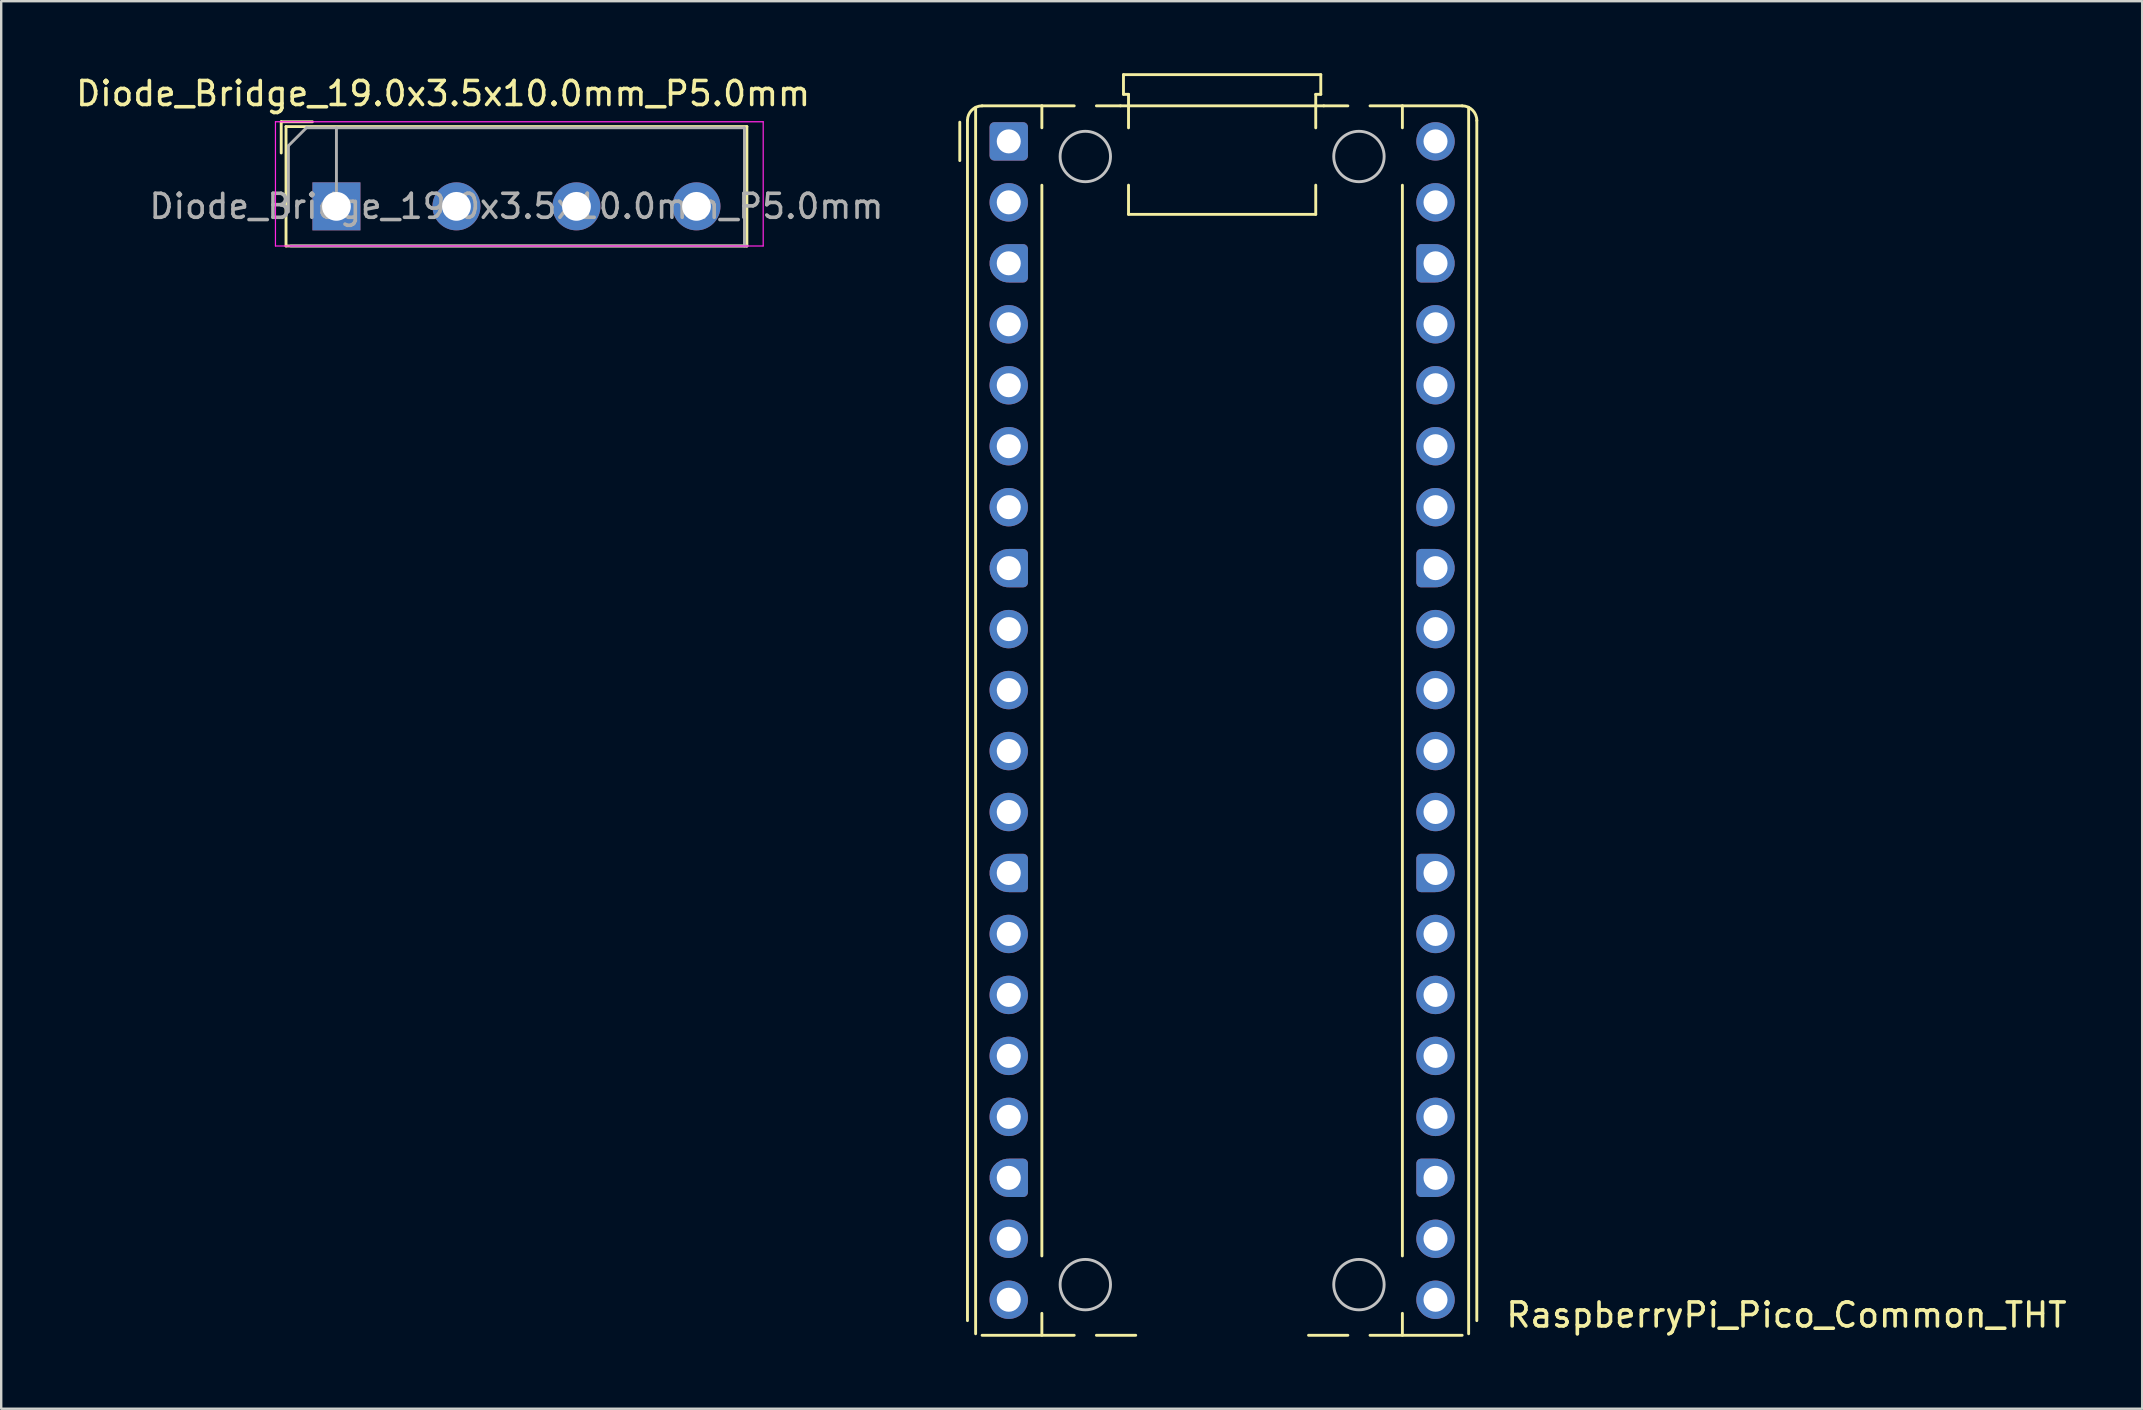
<source format=kicad_pcb>
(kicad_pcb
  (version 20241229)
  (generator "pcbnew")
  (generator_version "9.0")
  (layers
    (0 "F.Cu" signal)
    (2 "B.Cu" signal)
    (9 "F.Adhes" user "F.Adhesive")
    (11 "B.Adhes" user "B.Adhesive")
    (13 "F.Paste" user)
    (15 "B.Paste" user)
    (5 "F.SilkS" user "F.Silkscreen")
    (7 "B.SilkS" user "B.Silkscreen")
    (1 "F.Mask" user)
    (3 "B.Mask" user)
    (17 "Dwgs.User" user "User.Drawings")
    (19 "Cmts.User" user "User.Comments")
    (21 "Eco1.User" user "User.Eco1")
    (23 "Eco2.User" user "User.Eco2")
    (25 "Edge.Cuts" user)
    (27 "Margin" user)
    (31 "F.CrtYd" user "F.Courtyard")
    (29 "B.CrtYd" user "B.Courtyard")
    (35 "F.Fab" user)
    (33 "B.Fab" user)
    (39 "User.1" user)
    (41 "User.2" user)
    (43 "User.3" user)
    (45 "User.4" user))
  (footprint "Diode_Bridge_19.0x3.5x10.0mm_P5.0mm"
    (layer "F.Cu")
    (at 10.966 4.023)
    (property "Reference" "Diode_Bridge_19.0x3.5x10.0mm_P5.0mm" (at 4.445 -3.175 180) (layer "F.SilkS") (effects (font (size 1 1) (thickness 0.15))))
    (attr through_hole)
    (fp_line (start -2.3 -2) (end -1 -2) (stroke (width 0.12) (type solid)) (layer "F.SilkS"))
    (fp_line (start -2.3 -0.7) (end -2.3 -2) (stroke (width 0.12) (type solid)) (layer "F.SilkS"))
    (fp_line (start -2.1 -1.8) (end 17.1 -1.8) (stroke (width 0.12) (type solid)) (layer "F.SilkS"))
    (fp_line (start -2.1 3.175) (end -2.1 -1.8) (stroke (width 0.12) (type solid)) (layer "F.SilkS"))
    (fp_line (start 17.1 -1.8) (end 17.1 3.175) (stroke (width 0.12) (type solid)) (layer "F.SilkS"))
    (fp_line (start 17.1 3.175) (end -2.1 3.175) (stroke (width 0.12) (type solid)) (layer "F.SilkS"))
    (fp_line (start -2.54 -2) (end -2.54 3.175) (stroke (width 0.05) (type solid)) (layer "F.CrtYd"))
    (fp_line (start -2.54 -2) (end 17.78 -2) (stroke (width 0.05) (type solid)) (layer "F.CrtYd"))
    (fp_line (start 17.78 3.175) (end -2.54 3.175) (stroke (width 0.05) (type solid)) (layer "F.CrtYd"))
    (fp_line (start 17.78 3.175) (end 17.78 -2) (stroke (width 0.05) (type solid)) (layer "F.CrtYd"))
    (fp_line (start -2 -1) (end -1.25 -1.75) (stroke (width 0.12) (type solid)) (layer "F.Fab"))
    (fp_line (start -2 1.75) (end -2 -1) (stroke (width 0.12) (type solid)) (layer "F.Fab"))
    (fp_line (start -1.25 -1.75) (end 17 -1.75) (stroke (width 0.12) (type solid)) (layer "F.Fab"))
    (fp_line (start 0 -1.75) (end 0 1.75) (stroke (width 0.12) (type solid)) (layer "F.Fab"))
    (fp_line (start 17 -1.75) (end 17 3.175) (stroke (width 0.12) (type solid)) (layer "F.Fab"))
    (fp_line (start 17.1 3.175) (end -1.9 3.175) (stroke (width 0.12) (type solid)) (layer "F.Fab"))
    (fp_text user "${REFERENCE}" (at 7.5 1.524 180) (layer "F.Fab") (effects (font (size 1 1) (thickness 0.15))))
    (pad "1" thru_hole rect (at 0 1.524) (size 2 2) (drill 1.2) (layers "*.Cu" "*.Mask"))
    (pad "2" thru_hole circle (at 5 1.524) (size 2 2) (drill 1.2) (layers "*.Cu" "*.Mask"))
    (pad "3" thru_hole circle (at 15 1.524) (size 2 2) (drill 1.2) (layers "*.Cu" "*.Mask"))
    (pad "4" thru_hole circle (at 10 1.524) (size 2 2) (drill 1.2) (layers "*.Cu" "*.Mask")))
  (footprint "RaspberryPi_Pico_Common_THT"
    (layer "F.Cu")
    (at 38.976 2.84)
    (property "Reference" "RaspberryPi_Pico_Common_THT" (at 20.637 48.895 0) (unlocked yes) (layer "F.SilkS") (effects (font (size 1 1) (thickness 0.15)) (justify left)))
    (attr through_hole)
    (fp_line (start -2.04 0.8) (end -2.04 -0.8) (stroke (width 0.12) (type solid)) (layer "F.SilkS"))
    (fp_line (start -1.72 -0.87) (end -1.72 49.13) (stroke (width 0.12) (type solid)) (layer "F.SilkS"))
    (fp_line (start -1.38 -1.417) (end -1.38 49.677) (stroke (width 0.12) (type solid)) (layer "F.SilkS"))
    (fp_line (start -1.11 -1.48) (end 1.38 -1.48) (stroke (width 0.12) (type solid)) (layer "F.SilkS"))
    (fp_line (start -1.11 49.74) (end 2.728 49.74) (stroke (width 0.12) (type solid)) (layer "F.SilkS"))
    (fp_line (start 1.38 -1.48) (end 1.38 -0.566) (stroke (width 0.12) (type solid)) (layer "F.SilkS"))
    (fp_line (start 1.38 -1.48) (end 2.728 -1.48) (stroke (width 0.12) (type solid)) (layer "F.SilkS"))
    (fp_line (start 1.38 1.826) (end 1.38 46.434) (stroke (width 0.12) (type solid)) (layer "F.SilkS"))
    (fp_line (start 1.38 48.826) (end 1.38 49.74) (stroke (width 0.12) (type solid)) (layer "F.SilkS"))
    (fp_line (start 3.652 -1.48) (end 4.655 -1.48) (stroke (width 0.12) (type solid)) (layer "F.SilkS"))
    (fp_line (start 4.655 -1.48) (end 13.125 -1.48) (stroke (width 0.12) (type solid)) (layer "F.SilkS"))
    (fp_line (start 4.78 -2.78) (end 4.78 -1.96) (stroke (width 0.12) (type solid)) (layer "F.SilkS"))
    (fp_line (start 4.78 -2.78) (end 13 -2.78) (stroke (width 0.12) (type solid)) (layer "F.SilkS"))
    (fp_line (start 4.78 -1.96) (end 4.99 -1.96) (stroke (width 0.12) (type solid)) (layer "F.SilkS"))
    (fp_line (start 4.99 -1.96) (end 4.99 -0.564) (stroke (width 0.12) (type solid)) (layer "F.SilkS"))
    (fp_line (start 4.99 1.824) (end 4.99 3.04) (stroke (width 0.12) (type solid)) (layer "F.SilkS"))
    (fp_line (start 5.29 49.74) (end 3.652 49.74) (stroke (width 0.12) (type solid)) (layer "F.SilkS"))
    (fp_line (start 12.79 -1.96) (end 12.79 -0.564) (stroke (width 0.12) (type solid)) (layer "F.SilkS"))
    (fp_line (start 12.79 1.824) (end 12.79 3.04) (stroke (width 0.12) (type solid)) (layer "F.SilkS"))
    (fp_line (start 12.79 3.04) (end 4.99 3.04) (stroke (width 0.12) (type solid)) (layer "F.SilkS"))
    (fp_line (start 13 -2.78) (end 13 -1.96) (stroke (width 0.12) (type solid)) (layer "F.SilkS"))
    (fp_line (start 13 -1.96) (end 12.79 -1.96) (stroke (width 0.12) (type solid)) (layer "F.SilkS"))
    (fp_line (start 13.125 -1.48) (end 14.128 -1.48) (stroke (width 0.12) (type solid)) (layer "F.SilkS"))
    (fp_line (start 14.128 49.74) (end 12.49 49.74) (stroke (width 0.12) (type solid)) (layer "F.SilkS"))
    (fp_line (start 15.052 -1.48) (end 16.4 -1.48) (stroke (width 0.12) (type solid)) (layer "F.SilkS"))
    (fp_line (start 15.052 49.74) (end 18.89 49.74) (stroke (width 0.12) (type solid)) (layer "F.SilkS"))
    (fp_line (start 16.4 -1.48) (end 16.4 -0.566) (stroke (width 0.12) (type solid)) (layer "F.SilkS"))
    (fp_line (start 16.4 1.826) (end 16.4 46.434) (stroke (width 0.12) (type solid)) (layer "F.SilkS"))
    (fp_line (start 16.4 48.826) (end 16.4 49.74) (stroke (width 0.12) (type solid)) (layer "F.SilkS"))
    (fp_line (start 18.89 -1.48) (end 16.4 -1.48) (stroke (width 0.12) (type solid)) (layer "F.SilkS"))
    (fp_line (start 19.16 49.677) (end 19.16 -1.417) (stroke (width 0.12) (type solid)) (layer "F.SilkS"))
    (fp_line (start 19.5 -0.87) (end 19.5 49.13) (stroke (width 0.12) (type solid)) (layer "F.SilkS"))
    (fp_arc (start -1.72 -0.87) (mid -1.541335 -1.301335) (end -1.11 -1.48) (stroke (width 0.12) (type solid)) (layer "F.SilkS"))
    (fp_arc (start 18.89 -1.48) (mid 19.321335 -1.301335) (end 19.5 -0.87) (stroke (width 0.12) (type solid)) (layer "F.SilkS"))
    (fp_circle (center 3.19 0.63) (end 4.24 0.63) (stroke (width 0.12) (type solid)) (fill no) (layer "Dwgs.User"))
    (fp_circle (center 3.19 47.63) (end 4.24 47.63) (stroke (width 0.12) (type solid)) (fill no) (layer "Dwgs.User"))
    (fp_circle (center 14.59 0.63) (end 15.64 0.63) (stroke (width 0.12) (type solid)) (fill no) (layer "Dwgs.User"))
    (fp_circle (center 14.59 47.63) (end 15.64 47.63) (stroke (width 0.12) (type solid)) (fill no) (layer "Dwgs.User"))
    (pad "1" thru_hole roundrect (at 0 0) (size 1.6 1.6) (drill 1) (layers "*.Cu" "*.Mask") (roundrect_rratio 0.125))
    (pad "2" thru_hole circle (at 0 2.54) (size 1.6 1.6) (drill 1) (layers "*.Cu" "*.Mask"))
    (pad "3" thru_hole custom (at 0 5.08) (size 1.6 1.6) (drill 1) (layers "*.Cu" "*.Mask") (options (anchor circle)) (primitives (gr_poly (pts (xy 0.8 0.6) (xy 0.8 -0.6) (xy 0.6 -0.8) (xy 0 -0.8) (xy 0 0.8) (xy 0.6 0.8)) (width 0) (fill yes)) (gr_circle (center 0.6 0.6) (end 0.8 0.6) (width 0) (fill yes)) (gr_circle (center 0.6 -0.6) (end 0.8 -0.6) (width 0) (fill yes))))
    (pad "4" thru_hole circle (at 0 7.62) (size 1.6 1.6) (drill 1) (layers "*.Cu" "*.Mask"))
    (pad "5" thru_hole circle (at 0 10.16) (size 1.6 1.6) (drill 1) (layers "*.Cu" "*.Mask"))
    (pad "6" thru_hole circle (at 0 12.7) (size 1.6 1.6) (drill 1) (layers "*.Cu" "*.Mask"))
    (pad "7" thru_hole circle (at 0 15.24) (size 1.6 1.6) (drill 1) (layers "*.Cu" "*.Mask"))
    (pad "8" thru_hole custom (at 0 17.78) (size 1.6 1.6) (drill 1) (layers "*.Cu" "*.Mask") (options (anchor circle)) (primitives (gr_poly (pts (xy 0.8 0.6) (xy 0.8 -0.6) (xy 0.6 -0.8) (xy 0 -0.8) (xy 0 0.8) (xy 0.6 0.8)) (width 0) (fill yes)) (gr_circle (center 0.6 0.6) (end 0.8 0.6) (width 0) (fill yes)) (gr_circle (center 0.6 -0.6) (end 0.8 -0.6) (width 0) (fill yes))))
    (pad "9" thru_hole circle (at 0 20.32) (size 1.6 1.6) (drill 1) (layers "*.Cu" "*.Mask"))
    (pad "10" thru_hole circle (at 0 22.86) (size 1.6 1.6) (drill 1) (layers "*.Cu" "*.Mask"))
    (pad "11" thru_hole circle (at 0 25.4) (size 1.6 1.6) (drill 1) (layers "*.Cu" "*.Mask"))
    (pad "12" thru_hole circle (at 0 27.94) (size 1.6 1.6) (drill 1) (layers "*.Cu" "*.Mask"))
    (pad "13" thru_hole custom (at 0 30.48) (size 1.6 1.6) (drill 1) (layers "*.Cu" "*.Mask") (options (anchor circle)) (primitives (gr_poly (pts (xy 0.8 0.6) (xy 0.8 -0.6) (xy 0.6 -0.8) (xy 0 -0.8) (xy 0 0.8) (xy 0.6 0.8)) (width 0) (fill yes)) (gr_circle (center 0.6 0.6) (end 0.8 0.6) (width 0) (fill yes)) (gr_circle (center 0.6 -0.6) (end 0.8 -0.6) (width 0) (fill yes))))
    (pad "14" thru_hole circle (at 0 33.02) (size 1.6 1.6) (drill 1) (layers "*.Cu" "*.Mask"))
    (pad "15" thru_hole circle (at 0 35.56) (size 1.6 1.6) (drill 1) (layers "*.Cu" "*.Mask"))
    (pad "16" thru_hole circle (at 0 38.1) (size 1.6 1.6) (drill 1) (layers "*.Cu" "*.Mask"))
    (pad "17" thru_hole circle (at 0 40.64) (size 1.6 1.6) (drill 1) (layers "*.Cu" "*.Mask"))
    (pad "18" thru_hole custom (at 0 43.18) (size 1.6 1.6) (drill 1) (layers "*.Cu" "*.Mask") (options (anchor circle)) (primitives (gr_poly (pts (xy 0.8 0.6) (xy 0.8 -0.6) (xy 0.6 -0.8) (xy 0 -0.8) (xy 0 0.8) (xy 0.6 0.8)) (width 0) (fill yes)) (gr_circle (center 0.6 0.6) (end 0.8 0.6) (width 0) (fill yes)) (gr_circle (center 0.6 -0.6) (end 0.8 -0.6) (width 0) (fill yes))))
    (pad "19" thru_hole circle (at 0 45.72) (size 1.6 1.6) (drill 1) (layers "*.Cu" "*.Mask"))
    (pad "20" thru_hole circle (at 0 48.26) (size 1.6 1.6) (drill 1) (layers "*.Cu" "*.Mask"))
    (pad "21" thru_hole circle (at 17.78 48.26) (size 1.6 1.6) (drill 1) (layers "*.Cu" "*.Mask"))
    (pad "22" thru_hole circle (at 17.78 45.72) (size 1.6 1.6) (drill 1) (layers "*.Cu" "*.Mask"))
    (pad "23" thru_hole custom (at 17.78 43.18) (size 1.6 1.6) (drill 1) (layers "*.Cu" "*.Mask") (options (anchor circle)) (primitives (gr_poly (pts (xy -0.8 0.6) (xy -0.8 -0.6) (xy -0.6 -0.8) (xy 0 -0.8) (xy 0 0.8) (xy -0.6 0.8)) (width 0) (fill yes)) (gr_circle (center -0.6 0.6) (end -0.4 0.6) (width 0) (fill yes)) (gr_circle (center -0.6 -0.6) (end -0.4 -0.6) (width 0) (fill yes))))
    (pad "24" thru_hole circle (at 17.78 40.64) (size 1.6 1.6) (drill 1) (layers "*.Cu" "*.Mask"))
    (pad "25" thru_hole circle (at 17.78 38.1) (size 1.6 1.6) (drill 1) (layers "*.Cu" "*.Mask"))
    (pad "26" thru_hole circle (at 17.78 35.56) (size 1.6 1.6) (drill 1) (layers "*.Cu" "*.Mask"))
    (pad "27" thru_hole circle (at 17.78 33.02) (size 1.6 1.6) (drill 1) (layers "*.Cu" "*.Mask"))
    (pad "28" thru_hole custom (at 17.78 30.48) (size 1.6 1.6) (drill 1) (layers "*.Cu" "*.Mask") (options (anchor circle)) (primitives (gr_poly (pts (xy -0.8 0.6) (xy -0.8 -0.6) (xy -0.6 -0.8) (xy 0 -0.8) (xy 0 0.8) (xy -0.6 0.8)) (width 0) (fill yes)) (gr_circle (center -0.6 0.6) (end -0.4 0.6) (width 0) (fill yes)) (gr_circle (center -0.6 -0.6) (end -0.4 -0.6) (width 0) (fill yes))))
    (pad "29" thru_hole circle (at 17.78 27.94) (size 1.6 1.6) (drill 1) (layers "*.Cu" "*.Mask"))
    (pad "30" thru_hole circle (at 17.78 25.4) (size 1.6 1.6) (drill 1) (layers "*.Cu" "*.Mask"))
    (pad "31" thru_hole circle (at 17.78 22.86) (size 1.6 1.6) (drill 1) (layers "*.Cu" "*.Mask"))
    (pad "32" thru_hole circle (at 17.78 20.32) (size 1.6 1.6) (drill 1) (layers "*.Cu" "*.Mask"))
    (pad "33" thru_hole custom (at 17.78 17.78) (size 1.6 1.6) (drill 1) (layers "*.Cu" "*.Mask") (options (anchor circle)) (primitives (gr_poly (pts (xy -0.8 0.6) (xy -0.8 -0.6) (xy -0.6 -0.8) (xy 0 -0.8) (xy 0 0.8) (xy -0.6 0.8)) (width 0) (fill yes)) (gr_circle (center -0.6 0.6) (end -0.4 0.6) (width 0) (fill yes)) (gr_circle (center -0.6 -0.6) (end -0.4 -0.6) (width 0) (fill yes))))
    (pad "34" thru_hole circle (at 17.78 15.24) (size 1.6 1.6) (drill 1) (layers "*.Cu" "*.Mask"))
    (pad "35" thru_hole circle (at 17.78 12.7) (size 1.6 1.6) (drill 1) (layers "*.Cu" "*.Mask"))
    (pad "36" thru_hole circle (at 17.78 10.16) (size 1.6 1.6) (drill 1) (layers "*.Cu" "*.Mask"))
    (pad "37" thru_hole circle (at 17.78 7.62) (size 1.6 1.6) (drill 1) (layers "*.Cu" "*.Mask"))
    (pad "38" thru_hole custom (at 17.78 5.08) (size 1.6 1.6) (drill 1) (layers "*.Cu" "*.Mask") (options (anchor circle)) (primitives (gr_poly (pts (xy -0.8 0.6) (xy -0.8 -0.6) (xy -0.6 -0.8) (xy 0 -0.8) (xy 0 0.8) (xy -0.6 0.8)) (width 0) (fill yes)) (gr_circle (center -0.6 0.6) (end -0.4 0.6) (width 0) (fill yes)) (gr_circle (center -0.6 -0.6) (end -0.4 -0.6) (width 0) (fill yes))))
    (pad "39" thru_hole circle (at 17.78 2.54) (size 1.6 1.6) (drill 1) (layers "*.Cu" "*.Mask"))
    (pad "40" thru_hole circle (at 17.78 0) (size 1.6 1.6) (drill 1) (layers "*.Cu" "*.Mask")))
  (gr_rect
    (start -3 -3)
    (end 86.197 55.64)
    (stroke (width 0.1) (type default))
    (fill no)
    (layer "Edge.Cuts")))
</source>
